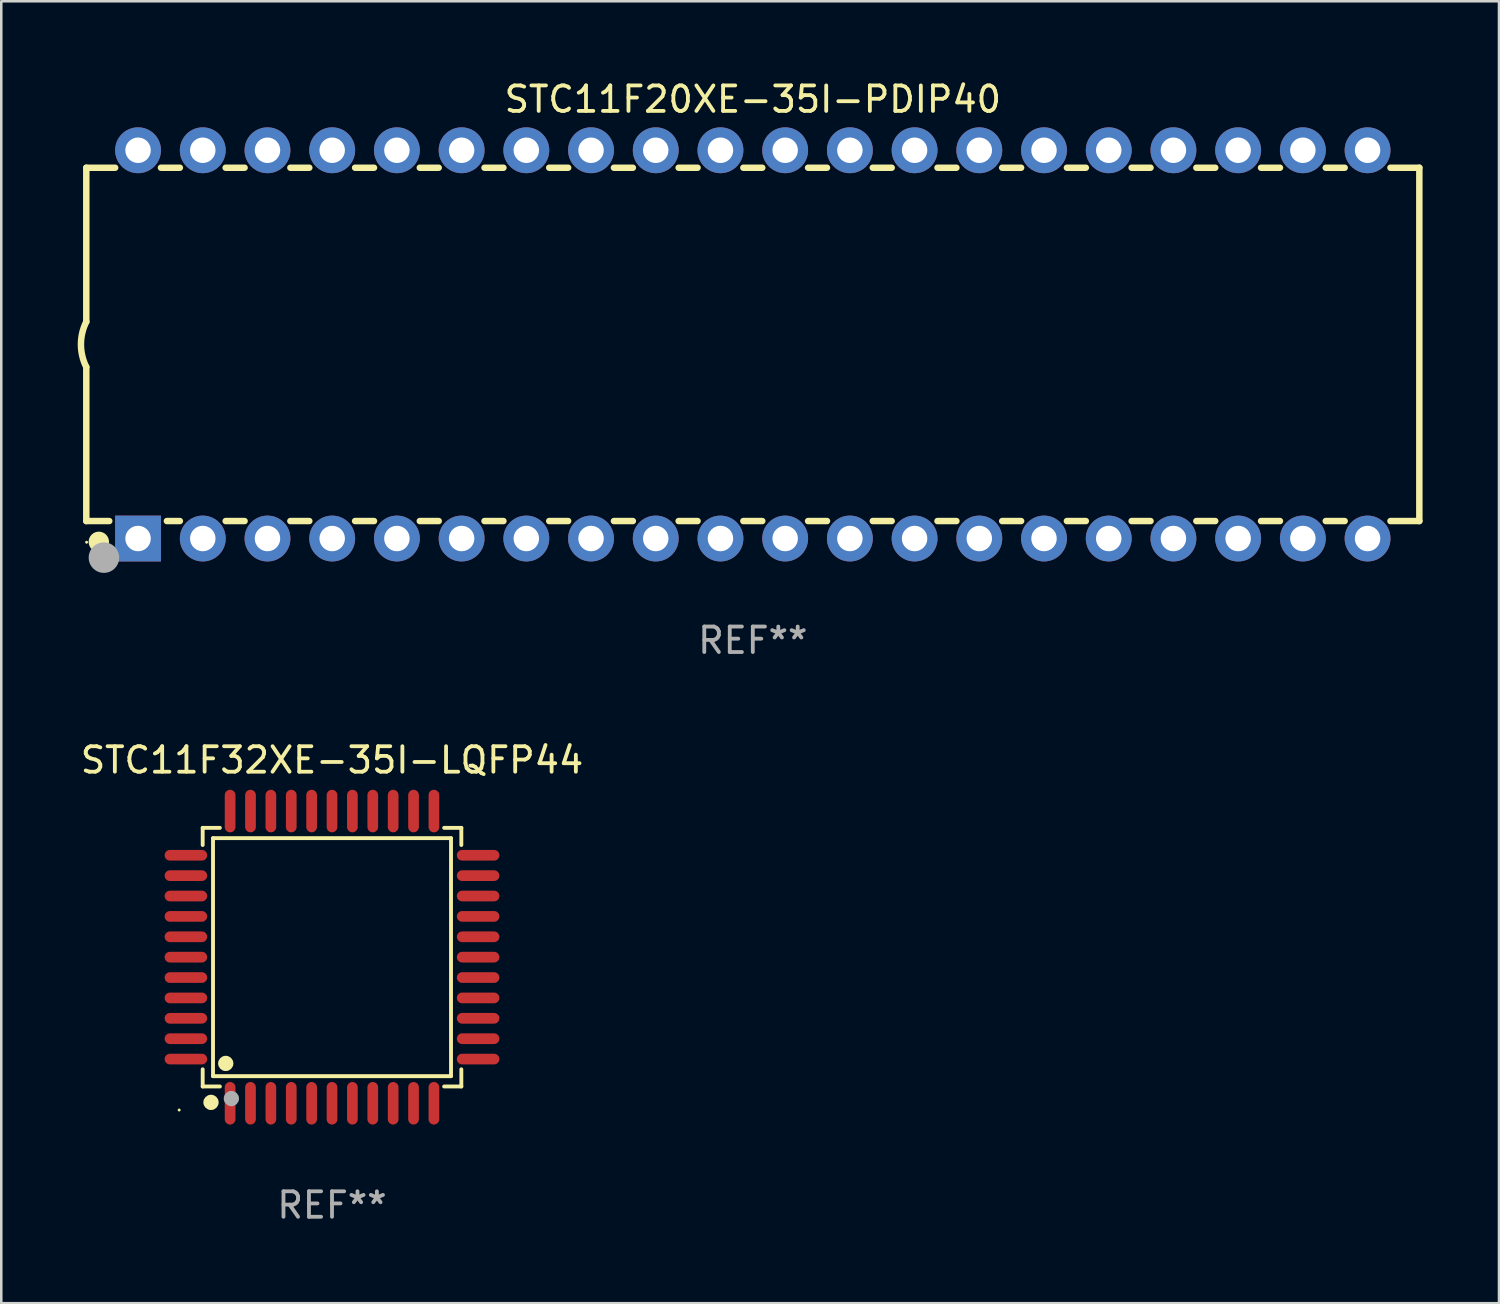
<source format=kicad_pcb>
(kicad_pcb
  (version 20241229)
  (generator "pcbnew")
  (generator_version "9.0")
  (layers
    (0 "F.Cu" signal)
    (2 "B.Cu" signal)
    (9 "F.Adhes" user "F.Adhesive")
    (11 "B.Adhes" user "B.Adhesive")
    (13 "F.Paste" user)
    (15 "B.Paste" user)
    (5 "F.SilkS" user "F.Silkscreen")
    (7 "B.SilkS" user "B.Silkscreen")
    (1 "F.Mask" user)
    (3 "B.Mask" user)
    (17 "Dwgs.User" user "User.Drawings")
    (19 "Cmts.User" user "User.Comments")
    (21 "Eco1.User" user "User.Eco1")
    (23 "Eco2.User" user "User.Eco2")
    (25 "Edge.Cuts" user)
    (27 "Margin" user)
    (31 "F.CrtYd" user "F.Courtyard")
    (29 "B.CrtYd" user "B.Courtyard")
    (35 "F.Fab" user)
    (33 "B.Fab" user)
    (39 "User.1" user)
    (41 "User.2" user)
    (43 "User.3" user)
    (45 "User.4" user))
  (footprint "STC11F20XE-35I-PDIP40"
    (layer "F.Cu")
    (at 26.499 10.468)
    (property "Reference" "STC11F20XE-35I-PDIP40" (at 0 -9.62 0) (layer "F.SilkS") (effects (font (size 1 1) (thickness 0.15))))
    (attr through_hole)
    (fp_line (start -26.162 -6.934) (end -26.162 -0.889) (stroke (width 0.254) (type solid)) (layer "F.SilkS"))
    (fp_line (start -26.162 -6.934) (end -25.029 -6.934) (stroke (width 0.254) (type solid)) (layer "F.SilkS"))
    (fp_line (start -26.162 6.934) (end -26.162 0.889) (stroke (width 0.254) (type solid)) (layer "F.SilkS"))
    (fp_line (start -26.162 6.934) (end -25.261 6.934) (stroke (width 0.254) (type solid)) (layer "F.SilkS"))
    (fp_line (start -23.231 -6.934) (end -22.489 -6.934) (stroke (width 0.254) (type solid)) (layer "F.SilkS"))
    (fp_line (start -22.999 6.934) (end -22.489 6.934) (stroke (width 0.254) (type solid)) (layer "F.SilkS"))
    (fp_line (start -20.691 -6.934) (end -19.949 -6.934) (stroke (width 0.254) (type solid)) (layer "F.SilkS"))
    (fp_line (start -20.691 6.934) (end -19.949 6.934) (stroke (width 0.254) (type solid)) (layer "F.SilkS"))
    (fp_line (start -18.151 -6.934) (end -17.409 -6.934) (stroke (width 0.254) (type solid)) (layer "F.SilkS"))
    (fp_line (start -18.151 6.934) (end -17.409 6.934) (stroke (width 0.254) (type solid)) (layer "F.SilkS"))
    (fp_line (start -15.611 -6.934) (end -14.869 -6.934) (stroke (width 0.254) (type solid)) (layer "F.SilkS"))
    (fp_line (start -15.611 6.934) (end -14.869 6.934) (stroke (width 0.254) (type solid)) (layer "F.SilkS"))
    (fp_line (start -13.071 -6.934) (end -12.329 -6.934) (stroke (width 0.254) (type solid)) (layer "F.SilkS"))
    (fp_line (start -13.071 6.934) (end -12.329 6.934) (stroke (width 0.254) (type solid)) (layer "F.SilkS"))
    (fp_line (start -10.531 -6.934) (end -9.789 -6.934) (stroke (width 0.254) (type solid)) (layer "F.SilkS"))
    (fp_line (start -10.531 6.934) (end -9.789 6.934) (stroke (width 0.254) (type solid)) (layer "F.SilkS"))
    (fp_line (start -7.991 -6.934) (end -7.249 -6.934) (stroke (width 0.254) (type solid)) (layer "F.SilkS"))
    (fp_line (start -7.991 6.934) (end -7.249 6.934) (stroke (width 0.254) (type solid)) (layer "F.SilkS"))
    (fp_line (start -5.451 -6.934) (end -4.709 -6.934) (stroke (width 0.254) (type solid)) (layer "F.SilkS"))
    (fp_line (start -5.451 6.934) (end -4.709 6.934) (stroke (width 0.254) (type solid)) (layer "F.SilkS"))
    (fp_line (start -2.911 -6.934) (end -2.169 -6.934) (stroke (width 0.254) (type solid)) (layer "F.SilkS"))
    (fp_line (start -2.911 6.934) (end -2.169 6.934) (stroke (width 0.254) (type solid)) (layer "F.SilkS"))
    (fp_line (start -0.371 -6.934) (end 0.371 -6.934) (stroke (width 0.254) (type solid)) (layer "F.SilkS"))
    (fp_line (start -0.371 6.934) (end 0.371 6.934) (stroke (width 0.254) (type solid)) (layer "F.SilkS"))
    (fp_line (start 2.169 -6.934) (end 2.911 -6.934) (stroke (width 0.254) (type solid)) (layer "F.SilkS"))
    (fp_line (start 2.169 6.934) (end 2.911 6.934) (stroke (width 0.254) (type solid)) (layer "F.SilkS"))
    (fp_line (start 4.709 -6.934) (end 5.451 -6.934) (stroke (width 0.254) (type solid)) (layer "F.SilkS"))
    (fp_line (start 4.709 6.934) (end 5.451 6.934) (stroke (width 0.254) (type solid)) (layer "F.SilkS"))
    (fp_line (start 7.249 -6.934) (end 7.991 -6.934) (stroke (width 0.254) (type solid)) (layer "F.SilkS"))
    (fp_line (start 7.249 6.934) (end 7.991 6.934) (stroke (width 0.254) (type solid)) (layer "F.SilkS"))
    (fp_line (start 9.789 -6.934) (end 10.531 -6.934) (stroke (width 0.254) (type solid)) (layer "F.SilkS"))
    (fp_line (start 9.789 6.934) (end 10.531 6.934) (stroke (width 0.254) (type solid)) (layer "F.SilkS"))
    (fp_line (start 12.329 -6.934) (end 13.071 -6.934) (stroke (width 0.254) (type solid)) (layer "F.SilkS"))
    (fp_line (start 12.329 6.934) (end 13.071 6.934) (stroke (width 0.254) (type solid)) (layer "F.SilkS"))
    (fp_line (start 14.869 -6.934) (end 15.611 -6.934) (stroke (width 0.254) (type solid)) (layer "F.SilkS"))
    (fp_line (start 14.869 6.934) (end 15.611 6.934) (stroke (width 0.254) (type solid)) (layer "F.SilkS"))
    (fp_line (start 17.409 -6.934) (end 18.151 -6.934) (stroke (width 0.254) (type solid)) (layer "F.SilkS"))
    (fp_line (start 17.409 6.934) (end 18.151 6.934) (stroke (width 0.254) (type solid)) (layer "F.SilkS"))
    (fp_line (start 19.949 -6.934) (end 20.691 -6.934) (stroke (width 0.254) (type solid)) (layer "F.SilkS"))
    (fp_line (start 19.949 6.934) (end 20.691 6.934) (stroke (width 0.254) (type solid)) (layer "F.SilkS"))
    (fp_line (start 22.489 -6.934) (end 23.231 -6.934) (stroke (width 0.254) (type solid)) (layer "F.SilkS"))
    (fp_line (start 22.489 6.934) (end 23.231 6.934) (stroke (width 0.254) (type solid)) (layer "F.SilkS"))
    (fp_line (start 25.029 -6.934) (end 26.162 -6.934) (stroke (width 0.254) (type solid)) (layer "F.SilkS"))
    (fp_line (start 25.029 6.934) (end 26.162 6.934) (stroke (width 0.254) (type solid)) (layer "F.SilkS"))
    (fp_line (start 26.162 -6.934) (end 26.162 6.934) (stroke (width 0.254) (type solid)) (layer "F.SilkS"))
    (fp_arc (start -26.162052 0.889001) (mid -26.371917 0) (end -26.162052 -0.889002) (stroke (width 0.254001) (type solid)) (layer "F.SilkS"))
    (fp_circle (center -26.15 7.765) (end -26.12 7.765) (stroke (width 0.06) (type solid)) (fill no) (layer "F.SilkS"))
    (fp_circle (center -25.67 7.75) (end -25.47 7.75) (stroke (width 0.4) (type solid)) (fill no) (layer "F.SilkS"))
    (fp_circle (center -25.47 8.37) (end -25.17 8.37) (stroke (width 0.6) (type solid)) (fill no) (layer "F.Fab"))
    (fp_text user "REF**" (at 0 11.62 0) (layer "F.Fab") (effects (font (size 1 1) (thickness 0.15))))
    (pad "1" thru_hole rect (at -24.13 7.62) (size 1.8 1.8) (drill 1) (layers "*.Cu" "*.Mask"))
    (pad "2" thru_hole circle (at -21.59 7.62) (size 1.8 1.8) (drill 1) (layers "*.Cu" "*.Mask"))
    (pad "3" thru_hole circle (at -19.05 7.62) (size 1.8 1.8) (drill 1) (layers "*.Cu" "*.Mask"))
    (pad "4" thru_hole circle (at -16.51 7.62) (size 1.8 1.8) (drill 1) (layers "*.Cu" "*.Mask"))
    (pad "5" thru_hole circle (at -13.97 7.62) (size 1.8 1.8) (drill 1) (layers "*.Cu" "*.Mask"))
    (pad "6" thru_hole circle (at -11.43 7.62) (size 1.8 1.8) (drill 1) (layers "*.Cu" "*.Mask"))
    (pad "7" thru_hole circle (at -8.89 7.62) (size 1.8 1.8) (drill 1) (layers "*.Cu" "*.Mask"))
    (pad "8" thru_hole circle (at -6.35 7.62) (size 1.8 1.8) (drill 1) (layers "*.Cu" "*.Mask"))
    (pad "9" thru_hole circle (at -3.81 7.62) (size 1.8 1.8) (drill 1) (layers "*.Cu" "*.Mask"))
    (pad "10" thru_hole circle (at -1.27 7.62) (size 1.8 1.8) (drill 1) (layers "*.Cu" "*.Mask"))
    (pad "11" thru_hole circle (at 1.27 7.62) (size 1.8 1.8) (drill 1) (layers "*.Cu" "*.Mask"))
    (pad "12" thru_hole circle (at 3.81 7.62) (size 1.8 1.8) (drill 1) (layers "*.Cu" "*.Mask"))
    (pad "13" thru_hole circle (at 6.35 7.62) (size 1.8 1.8) (drill 1) (layers "*.Cu" "*.Mask"))
    (pad "14" thru_hole circle (at 8.89 7.62) (size 1.8 1.8) (drill 1) (layers "*.Cu" "*.Mask"))
    (pad "15" thru_hole circle (at 11.43 7.62) (size 1.8 1.8) (drill 1) (layers "*.Cu" "*.Mask"))
    (pad "16" thru_hole circle (at 13.97 7.62) (size 1.8 1.8) (drill 1) (layers "*.Cu" "*.Mask"))
    (pad "17" thru_hole circle (at 16.51 7.62) (size 1.8 1.8) (drill 1) (layers "*.Cu" "*.Mask"))
    (pad "18" thru_hole circle (at 19.05 7.62) (size 1.8 1.8) (drill 1) (layers "*.Cu" "*.Mask"))
    (pad "19" thru_hole circle (at 21.59 7.62) (size 1.8 1.8) (drill 1) (layers "*.Cu" "*.Mask"))
    (pad "20" thru_hole circle (at 24.13 7.62) (size 1.8 1.8) (drill 1) (layers "*.Cu" "*.Mask"))
    (pad "21" thru_hole circle (at 24.13 -7.62) (size 1.8 1.8) (drill 1) (layers "*.Cu" "*.Mask"))
    (pad "22" thru_hole circle (at 21.59 -7.62) (size 1.8 1.8) (drill 1) (layers "*.Cu" "*.Mask"))
    (pad "23" thru_hole circle (at 19.05 -7.62) (size 1.8 1.8) (drill 1) (layers "*.Cu" "*.Mask"))
    (pad "24" thru_hole circle (at 16.51 -7.62) (size 1.8 1.8) (drill 1) (layers "*.Cu" "*.Mask"))
    (pad "25" thru_hole circle (at 13.97 -7.62) (size 1.8 1.8) (drill 1) (layers "*.Cu" "*.Mask"))
    (pad "26" thru_hole circle (at 11.43 -7.62) (size 1.8 1.8) (drill 1) (layers "*.Cu" "*.Mask"))
    (pad "27" thru_hole circle (at 8.89 -7.62) (size 1.8 1.8) (drill 1) (layers "*.Cu" "*.Mask"))
    (pad "28" thru_hole circle (at 6.35 -7.62) (size 1.8 1.8) (drill 1) (layers "*.Cu" "*.Mask"))
    (pad "29" thru_hole circle (at 3.81 -7.62) (size 1.8 1.8) (drill 1) (layers "*.Cu" "*.Mask"))
    (pad "30" thru_hole circle (at 1.27 -7.62) (size 1.8 1.8) (drill 1) (layers "*.Cu" "*.Mask"))
    (pad "31" thru_hole circle (at -1.27 -7.62) (size 1.8 1.8) (drill 1) (layers "*.Cu" "*.Mask"))
    (pad "32" thru_hole circle (at -3.81 -7.62) (size 1.8 1.8) (drill 1) (layers "*.Cu" "*.Mask"))
    (pad "33" thru_hole circle (at -6.35 -7.62) (size 1.8 1.8) (drill 1) (layers "*.Cu" "*.Mask"))
    (pad "34" thru_hole circle (at -8.89 -7.62) (size 1.8 1.8) (drill 1) (layers "*.Cu" "*.Mask"))
    (pad "35" thru_hole circle (at -11.43 -7.62) (size 1.8 1.8) (drill 1) (layers "*.Cu" "*.Mask"))
    (pad "36" thru_hole circle (at -13.97 -7.62) (size 1.8 1.8) (drill 1) (layers "*.Cu" "*.Mask"))
    (pad "37" thru_hole circle (at -16.51 -7.62) (size 1.8 1.8) (drill 1) (layers "*.Cu" "*.Mask"))
    (pad "38" thru_hole circle (at -19.05 -7.62) (size 1.8 1.8) (drill 1) (layers "*.Cu" "*.Mask"))
    (pad "39" thru_hole circle (at -21.59 -7.62) (size 1.8 1.8) (drill 1) (layers "*.Cu" "*.Mask"))
    (pad "40" thru_hole circle (at -24.13 -7.62) (size 1.8 1.8) (drill 1) (layers "*.Cu" "*.Mask")))
  (footprint "STC11F32XE-35I-LQFP44"
    (layer "F.Cu")
    (at 9.982 34.52)
    (property "Reference" "STC11F32XE-35I-LQFP44" (at 0 -7.735 0) (layer "F.SilkS") (effects (font (size 1 1) (thickness 0.15))))
    (attr through_hole)
    (fp_line (start -5.076 -5.076) (end -4.401 -5.076) (stroke (width 0.152) (type solid)) (layer "F.SilkS"))
    (fp_line (start -5.076 -4.401) (end -5.076 -5.076) (stroke (width 0.152) (type solid)) (layer "F.SilkS"))
    (fp_line (start -5.076 4.401) (end -5.076 5.076) (stroke (width 0.152) (type solid)) (layer "F.SilkS"))
    (fp_line (start -5.076 5.076) (end -4.401 5.076) (stroke (width 0.152) (type solid)) (layer "F.SilkS"))
    (fp_line (start -4.671 -4.671) (end 4.671 -4.671) (stroke (width 0.152) (type solid)) (layer "F.SilkS"))
    (fp_line (start -4.671 4.671) (end -4.671 -4.671) (stroke (width 0.152) (type solid)) (layer "F.SilkS"))
    (fp_line (start 4.671 -4.671) (end 4.671 4.671) (stroke (width 0.152) (type solid)) (layer "F.SilkS"))
    (fp_line (start 4.671 4.671) (end -4.671 4.671) (stroke (width 0.152) (type solid)) (layer "F.SilkS"))
    (fp_line (start 5.076 -5.076) (end 4.401 -5.076) (stroke (width 0.152) (type solid)) (layer "F.SilkS"))
    (fp_line (start 5.076 -4.401) (end 5.076 -5.076) (stroke (width 0.152) (type solid)) (layer "F.SilkS"))
    (fp_line (start 5.076 4.401) (end 5.076 5.076) (stroke (width 0.152) (type solid)) (layer "F.SilkS"))
    (fp_line (start 5.076 5.076) (end 4.401 5.076) (stroke (width 0.152) (type solid)) (layer "F.SilkS"))
    (fp_circle (center -6 6) (end -5.97 6) (stroke (width 0.06) (type solid)) (fill no) (layer "F.SilkS"))
    (fp_circle (center -4.75 5.7) (end -4.6 5.7) (stroke (width 0.3) (type solid)) (fill no) (layer "F.SilkS"))
    (fp_circle (center -4.171 4.171) (end -4.021 4.171) (stroke (width 0.3) (type solid)) (fill no) (layer "F.SilkS"))
    (fp_circle (center -3.95 5.55) (end -3.8 5.55) (stroke (width 0.3) (type solid)) (fill no) (layer "F.Fab"))
    (fp_text user "REF**" (at 0 9.735 0) (layer "F.Fab") (effects (font (size 1 1) (thickness 0.15))))
    (pad "1" smd oval (at -4 5.735) (size 0.42 1.67) (layers "F.Cu" "F.Mask" "F.Paste"))
    (pad "2" smd oval (at -3.2 5.735) (size 0.42 1.67) (layers "F.Cu" "F.Mask" "F.Paste"))
    (pad "3" smd oval (at -2.4 5.735) (size 0.42 1.67) (layers "F.Cu" "F.Mask" "F.Paste"))
    (pad "4" smd oval (at -1.6 5.735) (size 0.42 1.67) (layers "F.Cu" "F.Mask" "F.Paste"))
    (pad "5" smd oval (at -0.8 5.735) (size 0.42 1.67) (layers "F.Cu" "F.Mask" "F.Paste"))
    (pad "6" smd oval (at 0 5.735) (size 0.42 1.67) (layers "F.Cu" "F.Mask" "F.Paste"))
    (pad "7" smd oval (at 0.8 5.735) (size 0.42 1.67) (layers "F.Cu" "F.Mask" "F.Paste"))
    (pad "8" smd oval (at 1.6 5.735) (size 0.42 1.67) (layers "F.Cu" "F.Mask" "F.Paste"))
    (pad "9" smd oval (at 2.4 5.735) (size 0.42 1.67) (layers "F.Cu" "F.Mask" "F.Paste"))
    (pad "10" smd oval (at 3.2 5.735) (size 0.42 1.67) (layers "F.Cu" "F.Mask" "F.Paste"))
    (pad "11" smd oval (at 4 5.735) (size 0.42 1.67) (layers "F.Cu" "F.Mask" "F.Paste"))
    (pad "12" smd oval (at 5.735 4) (size 1.67 0.42) (layers "F.Cu" "F.Mask" "F.Paste"))
    (pad "13" smd oval (at 5.735 3.2) (size 1.67 0.42) (layers "F.Cu" "F.Mask" "F.Paste"))
    (pad "14" smd oval (at 5.735 2.4) (size 1.67 0.42) (layers "F.Cu" "F.Mask" "F.Paste"))
    (pad "15" smd oval (at 5.735 1.6) (size 1.67 0.42) (layers "F.Cu" "F.Mask" "F.Paste"))
    (pad "16" smd oval (at 5.735 0.8) (size 1.67 0.42) (layers "F.Cu" "F.Mask" "F.Paste"))
    (pad "17" smd oval (at 5.735 0) (size 1.67 0.42) (layers "F.Cu" "F.Mask" "F.Paste"))
    (pad "18" smd oval (at 5.735 -0.8) (size 1.67 0.42) (layers "F.Cu" "F.Mask" "F.Paste"))
    (pad "19" smd oval (at 5.735 -1.6) (size 1.67 0.42) (layers "F.Cu" "F.Mask" "F.Paste"))
    (pad "20" smd oval (at 5.735 -2.4) (size 1.67 0.42) (layers "F.Cu" "F.Mask" "F.Paste"))
    (pad "21" smd oval (at 5.735 -3.2) (size 1.67 0.42) (layers "F.Cu" "F.Mask" "F.Paste"))
    (pad "22" smd oval (at 5.735 -4) (size 1.67 0.42) (layers "F.Cu" "F.Mask" "F.Paste"))
    (pad "23" smd oval (at 4 -5.735) (size 0.42 1.67) (layers "F.Cu" "F.Mask" "F.Paste"))
    (pad "24" smd oval (at 3.2 -5.735) (size 0.42 1.67) (layers "F.Cu" "F.Mask" "F.Paste"))
    (pad "25" smd oval (at 2.4 -5.735) (size 0.42 1.67) (layers "F.Cu" "F.Mask" "F.Paste"))
    (pad "26" smd oval (at 1.6 -5.735) (size 0.42 1.67) (layers "F.Cu" "F.Mask" "F.Paste"))
    (pad "27" smd oval (at 0.8 -5.735) (size 0.42 1.67) (layers "F.Cu" "F.Mask" "F.Paste"))
    (pad "28" smd oval (at 0 -5.735) (size 0.42 1.67) (layers "F.Cu" "F.Mask" "F.Paste"))
    (pad "29" smd oval (at -0.8 -5.735) (size 0.42 1.67) (layers "F.Cu" "F.Mask" "F.Paste"))
    (pad "30" smd oval (at -1.6 -5.735) (size 0.42 1.67) (layers "F.Cu" "F.Mask" "F.Paste"))
    (pad "31" smd oval (at -2.4 -5.735) (size 0.42 1.67) (layers "F.Cu" "F.Mask" "F.Paste"))
    (pad "32" smd oval (at -3.2 -5.735) (size 0.42 1.67) (layers "F.Cu" "F.Mask" "F.Paste"))
    (pad "33" smd oval (at -4 -5.735) (size 0.42 1.67) (layers "F.Cu" "F.Mask" "F.Paste"))
    (pad "34" smd oval (at -5.735 -4) (size 1.67 0.42) (layers "F.Cu" "F.Mask" "F.Paste"))
    (pad "35" smd oval (at -5.735 -3.2) (size 1.67 0.42) (layers "F.Cu" "F.Mask" "F.Paste"))
    (pad "36" smd oval (at -5.735 -2.4) (size 1.67 0.42) (layers "F.Cu" "F.Mask" "F.Paste"))
    (pad "37" smd oval (at -5.735 -1.6) (size 1.67 0.42) (layers "F.Cu" "F.Mask" "F.Paste"))
    (pad "38" smd oval (at -5.735 -0.8) (size 1.67 0.42) (layers "F.Cu" "F.Mask" "F.Paste"))
    (pad "39" smd oval (at -5.735 0) (size 1.67 0.42) (layers "F.Cu" "F.Mask" "F.Paste"))
    (pad "40" smd oval (at -5.735 0.8) (size 1.67 0.42) (layers "F.Cu" "F.Mask" "F.Paste"))
    (pad "41" smd oval (at -5.735 1.6) (size 1.67 0.42) (layers "F.Cu" "F.Mask" "F.Paste"))
    (pad "42" smd oval (at -5.735 2.4) (size 1.67 0.42) (layers "F.Cu" "F.Mask" "F.Paste"))
    (pad "43" smd oval (at -5.735 3.2) (size 1.67 0.42) (layers "F.Cu" "F.Mask" "F.Paste"))
    (pad "44" smd oval (at -5.735 4) (size 1.67 0.42) (layers "F.Cu" "F.Mask" "F.Paste")))
  (gr_rect
    (start -3 -3)
    (end 55.788 48.103)
    (stroke (width 0.1) (type default))
    (fill no)
    (layer "Edge.Cuts")))
</source>
